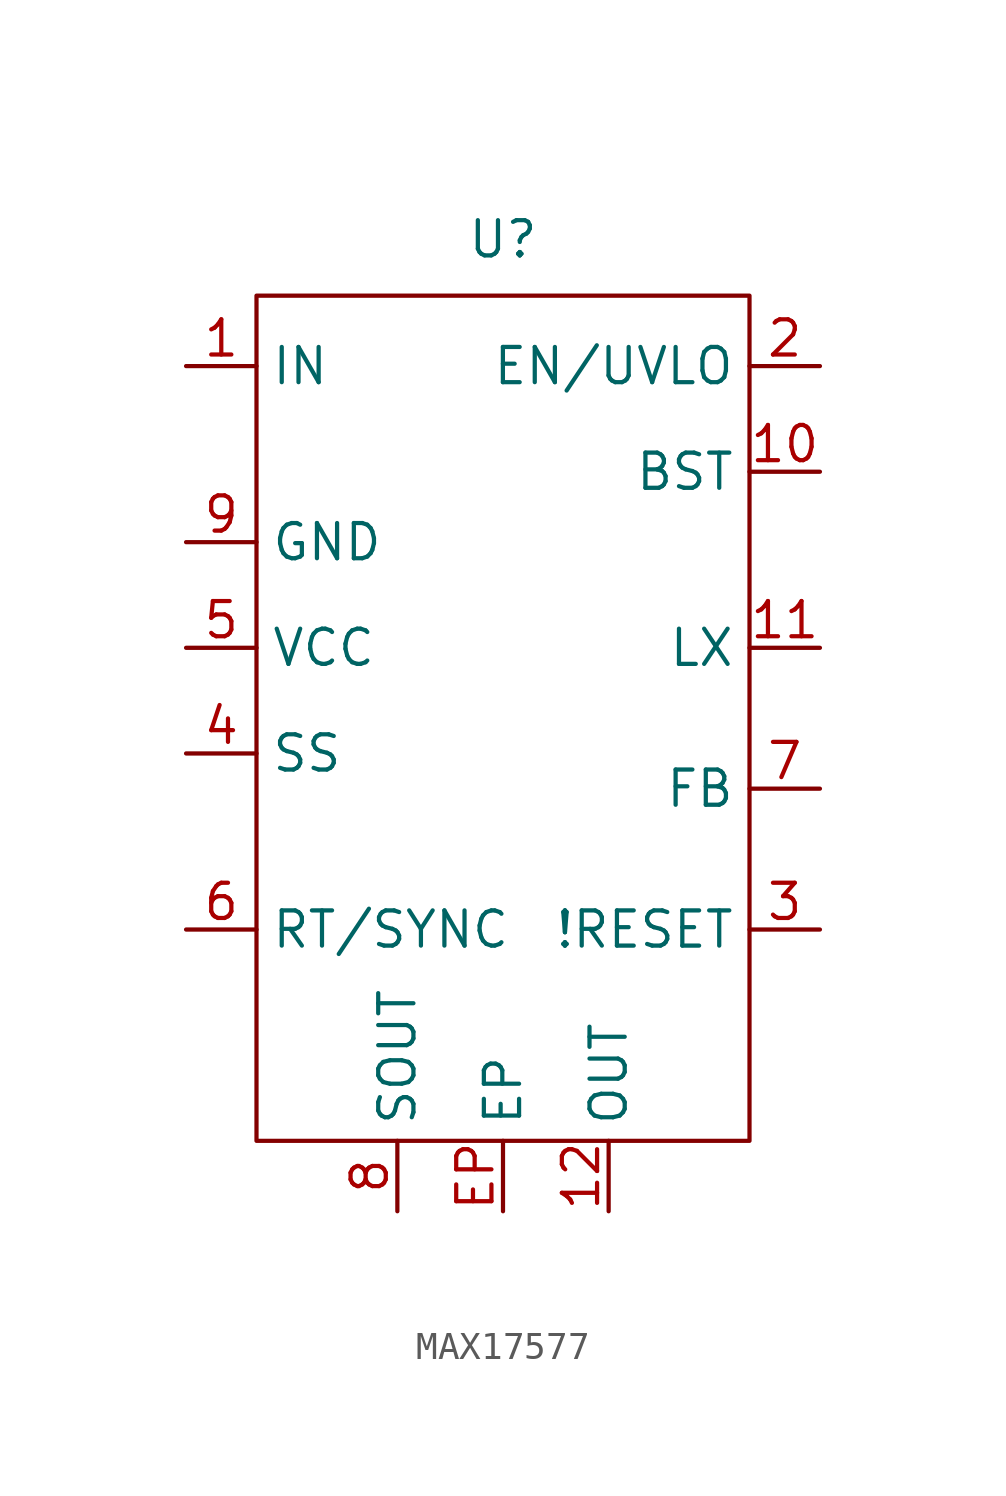
<source format=kicad_sym>
(kicad_symbol_lib
  (version 20241209)
  (generator "kicad_symbol_editor")
  (generator_version "9.0")
  (symbol "MAX17577"
    (property "Reference" "U"
      (at 0 17.272 0)
      (effects (font (size 1.27 1.27))))
    (property "Value" ""
      (at 0 0 0)
      (effects (font (size 1.27 1.27))))
    (symbol "MAX17577_0_1"
      (rectangle (start -8.89 15.24) (end 8.89 -15.24) (stroke (width 0) (type default)) (fill (type none))))
    (symbol "MAX17577_1_1"
      (pin bidirectional line (at -11.43 12.7 0) (length 2.54) (name "IN" (effects (font (size 1.27 1.27)))) (number "1" (effects (font (size 1.27 1.27)))))
      (pin bidirectional line (at -11.43 6.35 0) (length 2.54) (name "GND" (effects (font (size 1.27 1.27)))) (number "9" (effects (font (size 1.27 1.27)))))
      (pin bidirectional line (at -11.43 2.54 0) (length 2.54) (name "VCC" (effects (font (size 1.27 1.27)))) (number "5" (effects (font (size 1.27 1.27)))))
      (pin input line (at -11.43 -1.27 0) (length 2.54) (name "SS" (effects (font (size 1.27 1.27)))) (number "4" (effects (font (size 1.27 1.27)))))
      (pin input line (at -11.43 -7.62 0) (length 2.54) (name "RT/SYNC" (effects (font (size 1.27 1.27)))) (number "6" (effects (font (size 1.27 1.27)))))
      (pin bidirectional line (at -3.81 -17.78 90) (length 2.54) (name "SOUT" (effects (font (size 1.27 1.27)))) (number "8" (effects (font (size 1.27 1.27)))))
      (pin input line (at 0 -17.78 90) (length 2.54) (name "EP" (effects (font (size 1.27 1.27)))) (number "EP" (effects (font (size 1.27 1.27)))))
      (pin bidirectional line (at 3.81 -17.78 90) (length 2.54) (name "OUT" (effects (font (size 1.27 1.27)))) (number "12" (effects (font (size 1.27 1.27)))))
      (pin bidirectional line (at 11.43 12.7 180) (length 2.54) (name "EN/UVLO" (effects (font (size 1.27 1.27)))) (number "2" (effects (font (size 1.27 1.27)))))
      (pin bidirectional line (at 11.43 8.89 180) (length 2.54) (name "BST" (effects (font (size 1.27 1.27)))) (number "10" (effects (font (size 1.27 1.27)))))
      (pin bidirectional line (at 11.43 2.54 180) (length 2.54) (name "LX" (effects (font (size 1.27 1.27)))) (number "11" (effects (font (size 1.27 1.27)))))
      (pin input line (at 11.43 -2.54 180) (length 2.54) (name "FB" (effects (font (size 1.27 1.27)))) (number "7" (effects (font (size 1.27 1.27)))))
      (pin output line (at 11.43 -7.62 180) (length 2.54) (name "!RESET" (effects (font (size 1.27 1.27)))) (number "3" (effects (font (size 1.27 1.27))))))))
</source>
